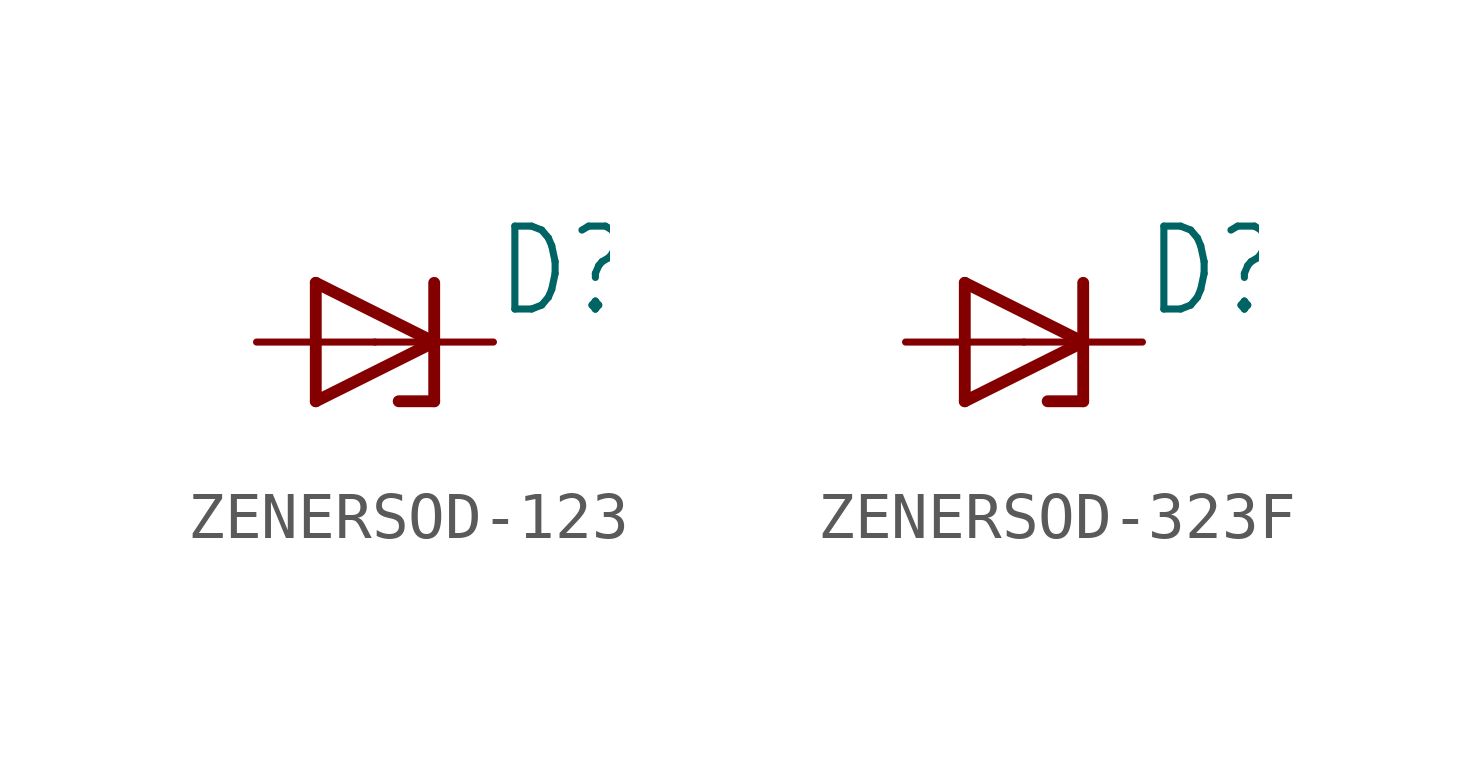
<source format=kicad_sym>
(kicad_symbol_lib
  (version 20220914)
  (generator kicad_symbol_editor)
  (symbol "ZENERSOD-123"
    (property "Reference" "D"
      (at 2.54 0.483 0)
      (effects (font (size 1.778 1.511)) (justify left bottom)))
    (property "Value" ""
      (at 2.54 -2.311 0)
      (effects (font (size 1.778 1.511)) (justify left bottom)))
    (property "ki_locked" ""
      (at 0 0 0)
      (effects (font (size 1.27 1.27))))
    (symbol "ZENERSOD-123_1_0"
      (polyline (pts (xy -1.27 -1.27) (xy 1.27 0)) (stroke (width 0.254) (type solid)) (fill (type none)))
      (polyline (pts (xy -1.27 1.27) (xy -1.27 -1.27)) (stroke (width 0.254) (type solid)) (fill (type none)))
      (polyline (pts (xy 1.27 -1.27) (xy 0.508 -1.27)) (stroke (width 0.254) (type solid)) (fill (type none)))
      (polyline (pts (xy 1.27 0) (xy -1.27 1.27)) (stroke (width 0.254) (type solid)) (fill (type none)))
      (polyline (pts (xy 1.27 0) (xy 1.27 -1.27)) (stroke (width 0.254) (type solid)) (fill (type none)))
      (polyline (pts (xy 1.27 1.27) (xy 1.27 0)) (stroke (width 0.254) (type solid)) (fill (type none)))
      (pin passive line (at -2.54 0 0) (length 2.54) (name "A" (effects (font (size 0 0)))) (number "A" (effects (font (size 0 0)))))
      (pin passive line (at 2.54 0 180) (length 2.54) (name "C" (effects (font (size 0 0)))) (number "C" (effects (font (size 0 0)))))))
  (symbol "ZENERSOD-323F"
    (property "Reference" "D"
      (at 2.54 0.483 0)
      (effects (font (size 1.778 1.511)) (justify left bottom)))
    (property "Value" ""
      (at 2.54 -2.311 0)
      (effects (font (size 1.778 1.511)) (justify left bottom)))
    (property "ki_locked" ""
      (at 0 0 0)
      (effects (font (size 1.27 1.27))))
    (symbol "ZENERSOD-323F_1_0"
      (polyline (pts (xy -1.27 -1.27) (xy 1.27 0)) (stroke (width 0.254) (type solid)) (fill (type none)))
      (polyline (pts (xy -1.27 1.27) (xy -1.27 -1.27)) (stroke (width 0.254) (type solid)) (fill (type none)))
      (polyline (pts (xy 1.27 -1.27) (xy 0.508 -1.27)) (stroke (width 0.254) (type solid)) (fill (type none)))
      (polyline (pts (xy 1.27 0) (xy -1.27 1.27)) (stroke (width 0.254) (type solid)) (fill (type none)))
      (polyline (pts (xy 1.27 0) (xy 1.27 -1.27)) (stroke (width 0.254) (type solid)) (fill (type none)))
      (polyline (pts (xy 1.27 1.27) (xy 1.27 0)) (stroke (width 0.254) (type solid)) (fill (type none)))
      (pin passive line (at -2.54 0 0) (length 2.54) (name "A" (effects (font (size 0 0)))) (number "A" (effects (font (size 0 0)))))
      (pin passive line (at 2.54 0 180) (length 2.54) (name "C" (effects (font (size 0 0)))) (number "C" (effects (font (size 0 0))))))))
</source>
